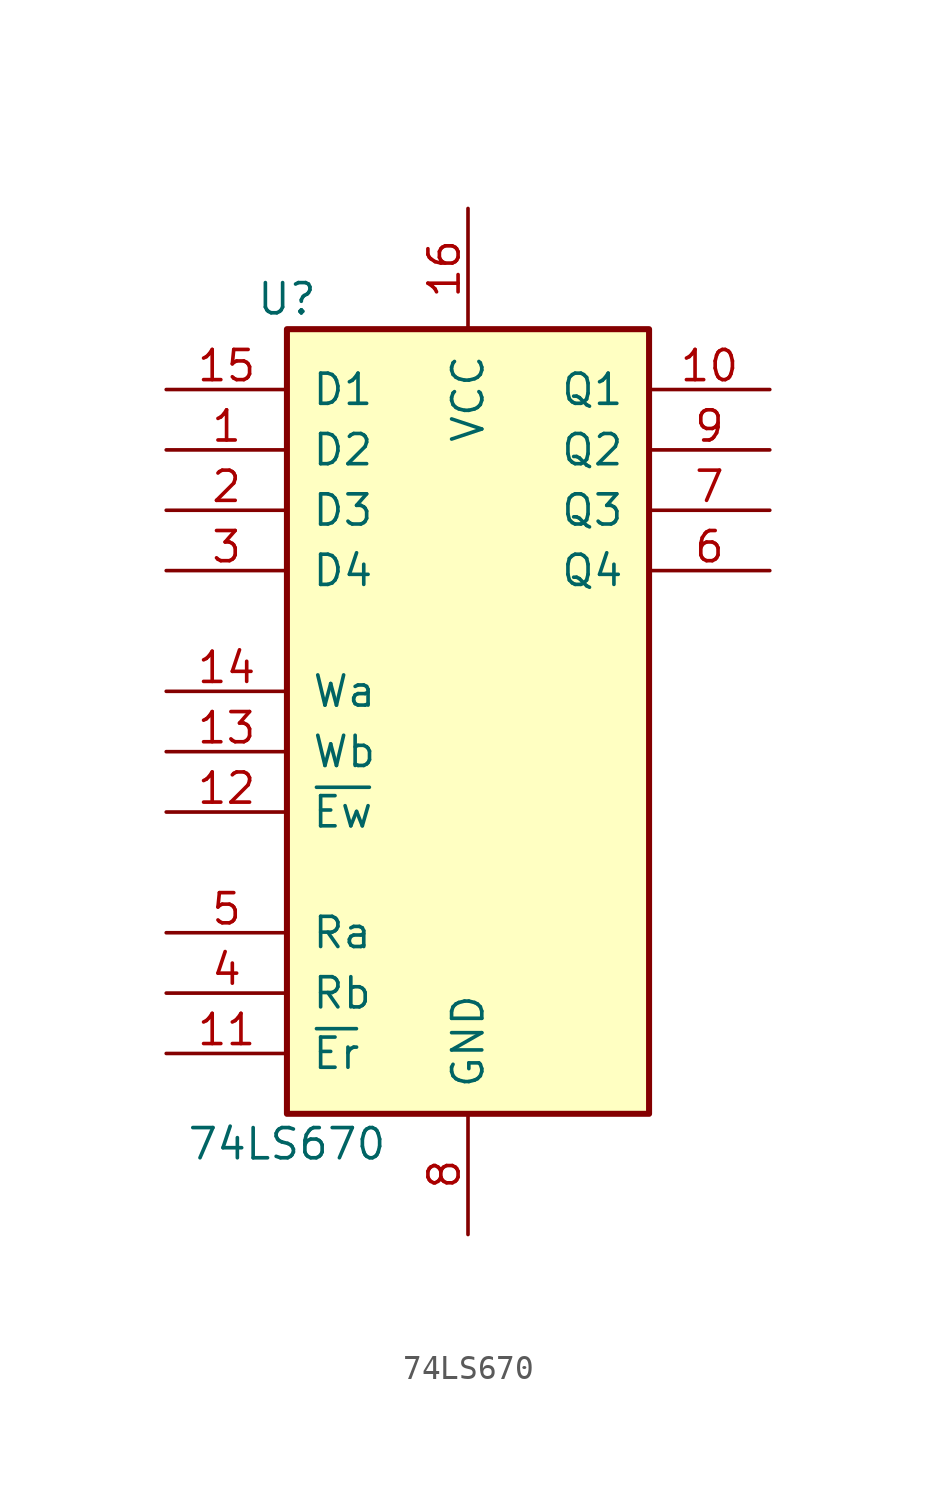
<source format=kicad_sym>
(kicad_symbol_lib
  (version 20220914)
  (generator kicad_symbol_editor)
  (symbol "74LS670"
    (pin_names
      (offset 1.016))
    (property "Reference" "U"
      (at -7.62 16.51 0)
      (effects (font (size 1.27 1.27))))
    (property "Value" "74LS670"
      (at -7.62 -19.05 0)
      (effects (font (size 1.27 1.27))))
    (property "ki_locked" ""
      (at 0 0 0)
      (effects (font (size 1.27 1.27))))
    (symbol "74LS670_1_0"
      (pin input line (at -12.7 10.16 0) (length 5.08) (name "D2" (effects (font (size 1.27 1.27)))) (number "1" (effects (font (size 1.27 1.27)))))
      (pin tri_state line (at 12.7 12.7 180) (length 5.08) (name "Q1" (effects (font (size 1.27 1.27)))) (number "10" (effects (font (size 1.27 1.27)))))
      (pin input line (at -12.7 -15.24 0) (length 5.08) (name "~{Er}" (effects (font (size 1.27 1.27)))) (number "11" (effects (font (size 1.27 1.27)))))
      (pin input line (at -12.7 -5.08 0) (length 5.08) (name "~{Ew}" (effects (font (size 1.27 1.27)))) (number "12" (effects (font (size 1.27 1.27)))))
      (pin input line (at -12.7 -2.54 0) (length 5.08) (name "Wb" (effects (font (size 1.27 1.27)))) (number "13" (effects (font (size 1.27 1.27)))))
      (pin input line (at -12.7 0 0) (length 5.08) (name "Wa" (effects (font (size 1.27 1.27)))) (number "14" (effects (font (size 1.27 1.27)))))
      (pin input line (at -12.7 12.7 0) (length 5.08) (name "D1" (effects (font (size 1.27 1.27)))) (number "15" (effects (font (size 1.27 1.27)))))
      (pin power_in line (at 0 20.32 270) (length 5.08) (name "VCC" (effects (font (size 1.27 1.27)))) (number "16" (effects (font (size 1.27 1.27)))))
      (pin input line (at -12.7 7.62 0) (length 5.08) (name "D3" (effects (font (size 1.27 1.27)))) (number "2" (effects (font (size 1.27 1.27)))))
      (pin input line (at -12.7 5.08 0) (length 5.08) (name "D4" (effects (font (size 1.27 1.27)))) (number "3" (effects (font (size 1.27 1.27)))))
      (pin input line (at -12.7 -12.7 0) (length 5.08) (name "Rb" (effects (font (size 1.27 1.27)))) (number "4" (effects (font (size 1.27 1.27)))))
      (pin input line (at -12.7 -10.16 0) (length 5.08) (name "Ra" (effects (font (size 1.27 1.27)))) (number "5" (effects (font (size 1.27 1.27)))))
      (pin tri_state line (at 12.7 5.08 180) (length 5.08) (name "Q4" (effects (font (size 1.27 1.27)))) (number "6" (effects (font (size 1.27 1.27)))))
      (pin tri_state line (at 12.7 7.62 180) (length 5.08) (name "Q3" (effects (font (size 1.27 1.27)))) (number "7" (effects (font (size 1.27 1.27)))))
      (pin power_in line (at 0 -22.86 90) (length 5.08) (name "GND" (effects (font (size 1.27 1.27)))) (number "8" (effects (font (size 1.27 1.27)))))
      (pin tri_state line (at 12.7 10.16 180) (length 5.08) (name "Q2" (effects (font (size 1.27 1.27)))) (number "9" (effects (font (size 1.27 1.27))))))
    (symbol "74LS670_1_1"
      (rectangle (start -7.62 15.24) (end 7.62 -17.78) (stroke (width 0.254) (type default)) (fill (type background))))))
</source>
